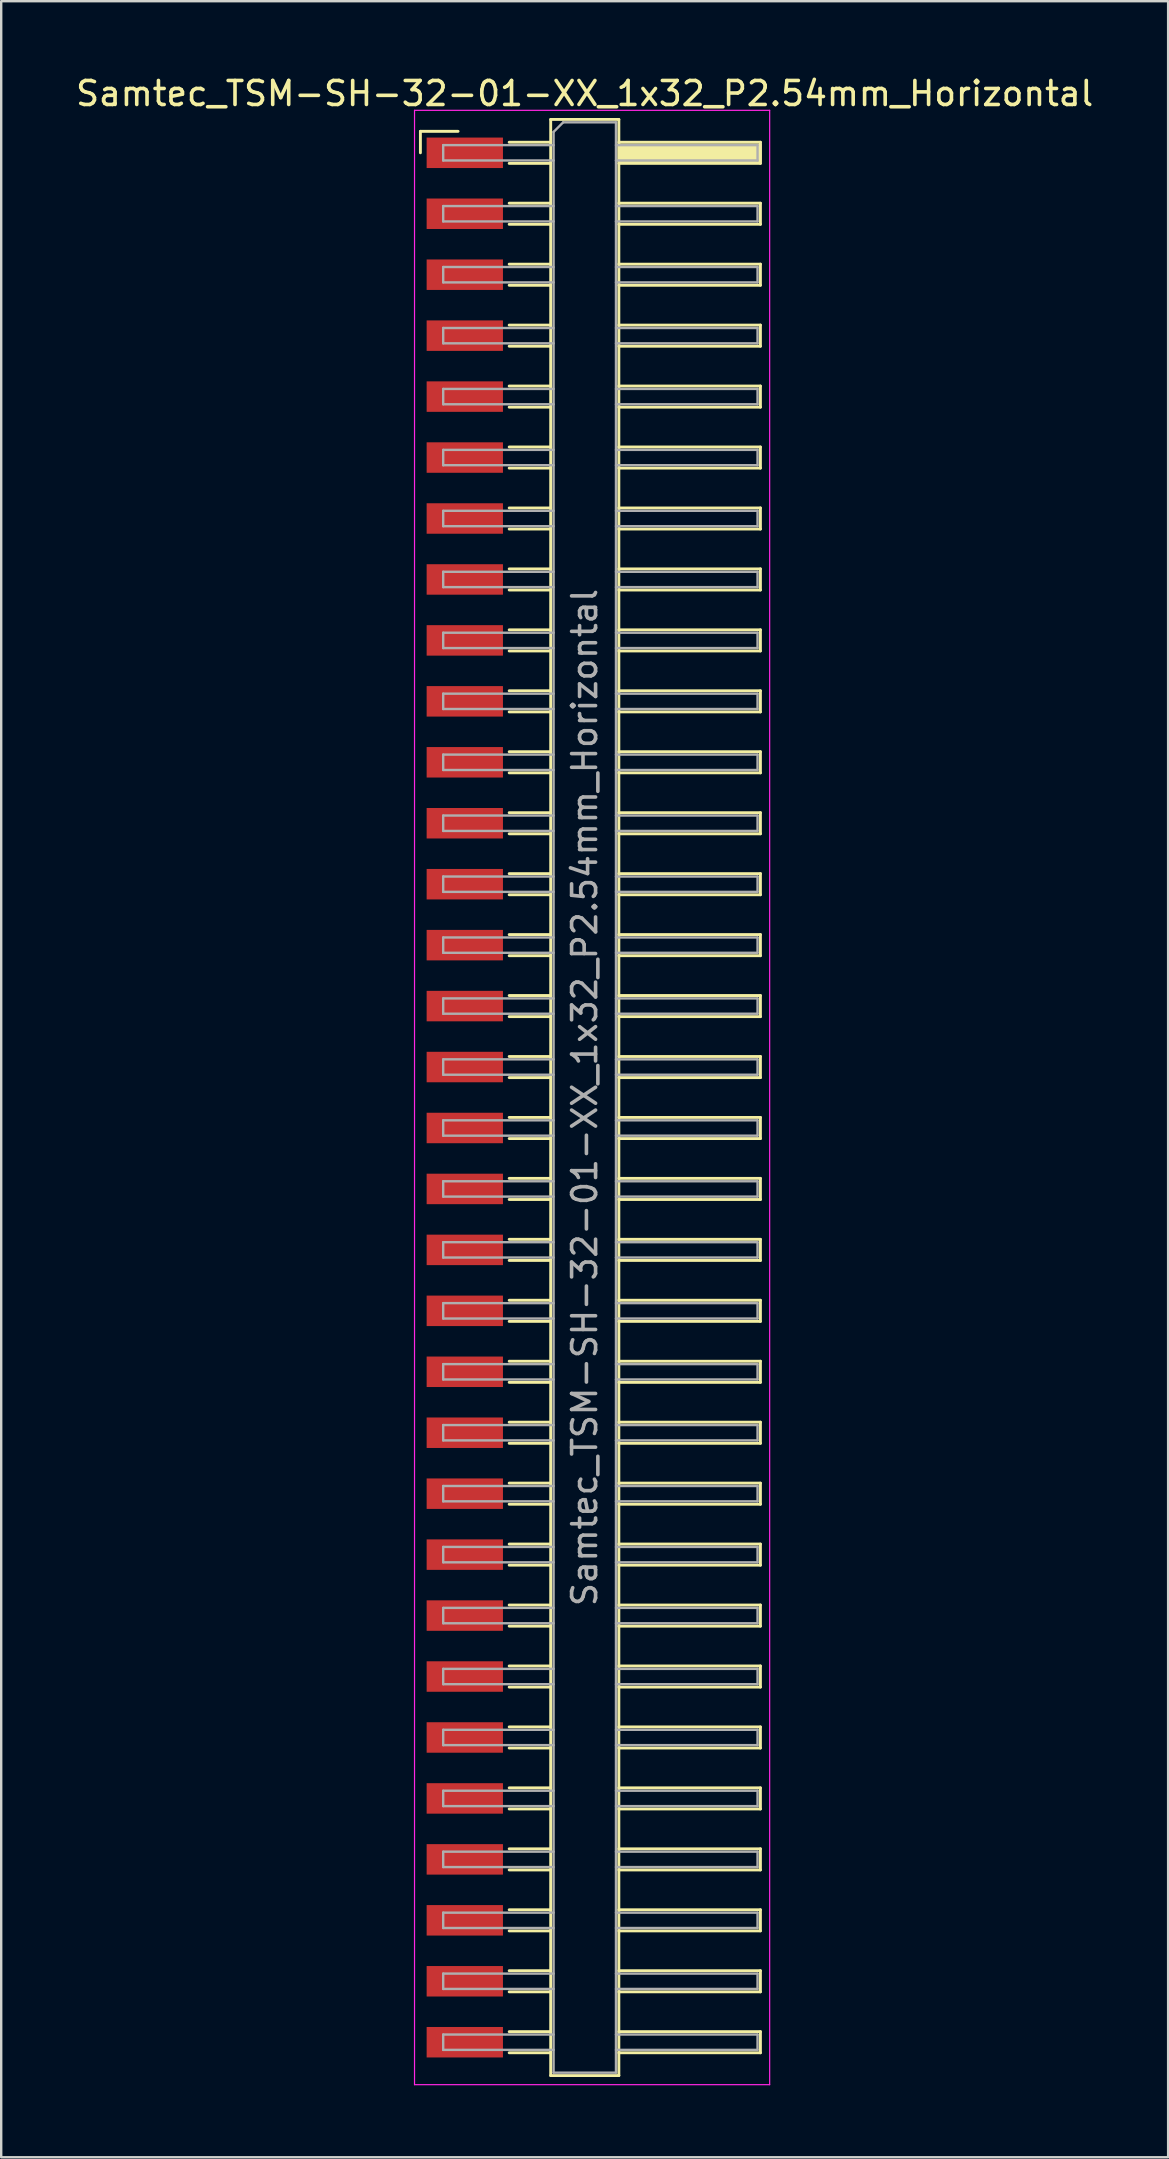
<source format=kicad_pcb>
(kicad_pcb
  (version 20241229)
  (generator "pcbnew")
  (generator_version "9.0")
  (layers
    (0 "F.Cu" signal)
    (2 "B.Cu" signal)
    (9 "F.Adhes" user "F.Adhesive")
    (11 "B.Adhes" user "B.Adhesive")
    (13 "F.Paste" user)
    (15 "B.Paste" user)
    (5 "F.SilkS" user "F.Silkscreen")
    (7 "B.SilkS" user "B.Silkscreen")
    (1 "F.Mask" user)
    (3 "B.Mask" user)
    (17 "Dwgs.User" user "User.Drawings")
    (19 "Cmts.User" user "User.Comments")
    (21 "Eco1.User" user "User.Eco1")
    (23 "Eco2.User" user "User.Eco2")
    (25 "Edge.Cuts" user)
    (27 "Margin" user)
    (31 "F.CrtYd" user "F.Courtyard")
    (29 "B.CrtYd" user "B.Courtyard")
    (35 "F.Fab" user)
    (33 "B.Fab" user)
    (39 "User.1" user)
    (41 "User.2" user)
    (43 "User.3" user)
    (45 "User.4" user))
  (footprint "Samtec_TSM-SH-32-01-XX_1x32_P2.54mm_Horizontal"
    (layer "F.Cu")
    (at 21.505 42.688)
    (property "Reference" "Samtec_TSM-SH-32-01-XX_1x32_P2.54mm_Horizontal" (at -0.19 -41.84 0) (layer "F.SilkS") (effects (font (size 1 1) (thickness 0.15))))
    (attr smd)
    (fp_line (start -7.035 -40.265) (end -5.465 -40.265) (stroke (width 0.12) (type solid)) (layer "F.SilkS"))
    (fp_line (start -7.035 -39.37) (end -7.035 -40.265) (stroke (width 0.12) (type solid)) (layer "F.SilkS"))
    (fp_line (start -3.335 -39.81) (end -1.605 -39.81) (stroke (width 0.12) (type solid)) (layer "F.SilkS"))
    (fp_line (start -3.335 -38.93) (end -1.605 -38.93) (stroke (width 0.12) (type solid)) (layer "F.SilkS"))
    (fp_line (start -3.335 -37.27) (end -1.605 -37.27) (stroke (width 0.12) (type solid)) (layer "F.SilkS"))
    (fp_line (start -3.335 -36.39) (end -1.605 -36.39) (stroke (width 0.12) (type solid)) (layer "F.SilkS"))
    (fp_line (start -3.335 -34.73) (end -1.605 -34.73) (stroke (width 0.12) (type solid)) (layer "F.SilkS"))
    (fp_line (start -3.335 -33.85) (end -1.605 -33.85) (stroke (width 0.12) (type solid)) (layer "F.SilkS"))
    (fp_line (start -3.335 -32.19) (end -1.605 -32.19) (stroke (width 0.12) (type solid)) (layer "F.SilkS"))
    (fp_line (start -3.335 -31.31) (end -1.605 -31.31) (stroke (width 0.12) (type solid)) (layer "F.SilkS"))
    (fp_line (start -3.335 -29.65) (end -1.605 -29.65) (stroke (width 0.12) (type solid)) (layer "F.SilkS"))
    (fp_line (start -3.335 -28.77) (end -1.605 -28.77) (stroke (width 0.12) (type solid)) (layer "F.SilkS"))
    (fp_line (start -3.335 -27.11) (end -1.605 -27.11) (stroke (width 0.12) (type solid)) (layer "F.SilkS"))
    (fp_line (start -3.335 -26.23) (end -1.605 -26.23) (stroke (width 0.12) (type solid)) (layer "F.SilkS"))
    (fp_line (start -3.335 -24.57) (end -1.605 -24.57) (stroke (width 0.12) (type solid)) (layer "F.SilkS"))
    (fp_line (start -3.335 -23.69) (end -1.605 -23.69) (stroke (width 0.12) (type solid)) (layer "F.SilkS"))
    (fp_line (start -3.335 -22.03) (end -1.605 -22.03) (stroke (width 0.12) (type solid)) (layer "F.SilkS"))
    (fp_line (start -3.335 -21.15) (end -1.605 -21.15) (stroke (width 0.12) (type solid)) (layer "F.SilkS"))
    (fp_line (start -3.335 -19.49) (end -1.605 -19.49) (stroke (width 0.12) (type solid)) (layer "F.SilkS"))
    (fp_line (start -3.335 -18.61) (end -1.605 -18.61) (stroke (width 0.12) (type solid)) (layer "F.SilkS"))
    (fp_line (start -3.335 -16.95) (end -1.605 -16.95) (stroke (width 0.12) (type solid)) (layer "F.SilkS"))
    (fp_line (start -3.335 -16.07) (end -1.605 -16.07) (stroke (width 0.12) (type solid)) (layer "F.SilkS"))
    (fp_line (start -3.335 -14.41) (end -1.605 -14.41) (stroke (width 0.12) (type solid)) (layer "F.SilkS"))
    (fp_line (start -3.335 -13.53) (end -1.605 -13.53) (stroke (width 0.12) (type solid)) (layer "F.SilkS"))
    (fp_line (start -3.335 -11.87) (end -1.605 -11.87) (stroke (width 0.12) (type solid)) (layer "F.SilkS"))
    (fp_line (start -3.335 -10.99) (end -1.605 -10.99) (stroke (width 0.12) (type solid)) (layer "F.SilkS"))
    (fp_line (start -3.335 -9.33) (end -1.605 -9.33) (stroke (width 0.12) (type solid)) (layer "F.SilkS"))
    (fp_line (start -3.335 -8.45) (end -1.605 -8.45) (stroke (width 0.12) (type solid)) (layer "F.SilkS"))
    (fp_line (start -3.335 -6.79) (end -1.605 -6.79) (stroke (width 0.12) (type solid)) (layer "F.SilkS"))
    (fp_line (start -3.335 -5.91) (end -1.605 -5.91) (stroke (width 0.12) (type solid)) (layer "F.SilkS"))
    (fp_line (start -3.335 -4.25) (end -1.605 -4.25) (stroke (width 0.12) (type solid)) (layer "F.SilkS"))
    (fp_line (start -3.335 -3.37) (end -1.605 -3.37) (stroke (width 0.12) (type solid)) (layer "F.SilkS"))
    (fp_line (start -3.335 -1.71) (end -1.605 -1.71) (stroke (width 0.12) (type solid)) (layer "F.SilkS"))
    (fp_line (start -3.335 -0.83) (end -1.605 -0.83) (stroke (width 0.12) (type solid)) (layer "F.SilkS"))
    (fp_line (start -3.335 0.83) (end -1.605 0.83) (stroke (width 0.12) (type solid)) (layer "F.SilkS"))
    (fp_line (start -3.335 1.71) (end -1.605 1.71) (stroke (width 0.12) (type solid)) (layer "F.SilkS"))
    (fp_line (start -3.335 3.37) (end -1.605 3.37) (stroke (width 0.12) (type solid)) (layer "F.SilkS"))
    (fp_line (start -3.335 4.25) (end -1.605 4.25) (stroke (width 0.12) (type solid)) (layer "F.SilkS"))
    (fp_line (start -3.335 5.91) (end -1.605 5.91) (stroke (width 0.12) (type solid)) (layer "F.SilkS"))
    (fp_line (start -3.335 6.79) (end -1.605 6.79) (stroke (width 0.12) (type solid)) (layer "F.SilkS"))
    (fp_line (start -3.335 8.45) (end -1.605 8.45) (stroke (width 0.12) (type solid)) (layer "F.SilkS"))
    (fp_line (start -3.335 9.33) (end -1.605 9.33) (stroke (width 0.12) (type solid)) (layer "F.SilkS"))
    (fp_line (start -3.335 10.99) (end -1.605 10.99) (stroke (width 0.12) (type solid)) (layer "F.SilkS"))
    (fp_line (start -3.335 11.87) (end -1.605 11.87) (stroke (width 0.12) (type solid)) (layer "F.SilkS"))
    (fp_line (start -3.335 13.53) (end -1.605 13.53) (stroke (width 0.12) (type solid)) (layer "F.SilkS"))
    (fp_line (start -3.335 14.41) (end -1.605 14.41) (stroke (width 0.12) (type solid)) (layer "F.SilkS"))
    (fp_line (start -3.335 16.07) (end -1.605 16.07) (stroke (width 0.12) (type solid)) (layer "F.SilkS"))
    (fp_line (start -3.335 16.95) (end -1.605 16.95) (stroke (width 0.12) (type solid)) (layer "F.SilkS"))
    (fp_line (start -3.335 18.61) (end -1.605 18.61) (stroke (width 0.12) (type solid)) (layer "F.SilkS"))
    (fp_line (start -3.335 19.49) (end -1.605 19.49) (stroke (width 0.12) (type solid)) (layer "F.SilkS"))
    (fp_line (start -3.335 21.15) (end -1.605 21.15) (stroke (width 0.12) (type solid)) (layer "F.SilkS"))
    (fp_line (start -3.335 22.03) (end -1.605 22.03) (stroke (width 0.12) (type solid)) (layer "F.SilkS"))
    (fp_line (start -3.335 23.69) (end -1.605 23.69) (stroke (width 0.12) (type solid)) (layer "F.SilkS"))
    (fp_line (start -3.335 24.57) (end -1.605 24.57) (stroke (width 0.12) (type solid)) (layer "F.SilkS"))
    (fp_line (start -3.335 26.23) (end -1.605 26.23) (stroke (width 0.12) (type solid)) (layer "F.SilkS"))
    (fp_line (start -3.335 27.11) (end -1.605 27.11) (stroke (width 0.12) (type solid)) (layer "F.SilkS"))
    (fp_line (start -3.335 28.77) (end -1.605 28.77) (stroke (width 0.12) (type solid)) (layer "F.SilkS"))
    (fp_line (start -3.335 29.65) (end -1.605 29.65) (stroke (width 0.12) (type solid)) (layer "F.SilkS"))
    (fp_line (start -3.335 31.31) (end -1.605 31.31) (stroke (width 0.12) (type solid)) (layer "F.SilkS"))
    (fp_line (start -3.335 32.19) (end -1.605 32.19) (stroke (width 0.12) (type solid)) (layer "F.SilkS"))
    (fp_line (start -3.335 33.85) (end -1.605 33.85) (stroke (width 0.12) (type solid)) (layer "F.SilkS"))
    (fp_line (start -3.335 34.73) (end -1.605 34.73) (stroke (width 0.12) (type solid)) (layer "F.SilkS"))
    (fp_line (start -3.335 36.39) (end -1.605 36.39) (stroke (width 0.12) (type solid)) (layer "F.SilkS"))
    (fp_line (start -3.335 37.27) (end -1.605 37.27) (stroke (width 0.12) (type solid)) (layer "F.SilkS"))
    (fp_line (start -3.335 38.93) (end -1.605 38.93) (stroke (width 0.12) (type solid)) (layer "F.SilkS"))
    (fp_line (start -3.335 39.81) (end -1.605 39.81) (stroke (width 0.12) (type solid)) (layer "F.SilkS"))
    (fp_line (start -1.605 -40.76) (end 1.235 -40.76) (stroke (width 0.12) (type solid)) (layer "F.SilkS"))
    (fp_line (start -1.605 40.76) (end -1.605 -40.76) (stroke (width 0.12) (type solid)) (layer "F.SilkS"))
    (fp_line (start 1.235 -40.76) (end 1.235 40.76) (stroke (width 0.12) (type solid)) (layer "F.SilkS"))
    (fp_line (start 1.235 -39.81) (end 7.135 -39.81) (stroke (width 0.12) (type solid)) (layer "F.SilkS"))
    (fp_line (start 1.235 -37.27) (end 7.135 -37.27) (stroke (width 0.12) (type solid)) (layer "F.SilkS"))
    (fp_line (start 1.235 -34.73) (end 7.135 -34.73) (stroke (width 0.12) (type solid)) (layer "F.SilkS"))
    (fp_line (start 1.235 -32.19) (end 7.135 -32.19) (stroke (width 0.12) (type solid)) (layer "F.SilkS"))
    (fp_line (start 1.235 -29.65) (end 7.135 -29.65) (stroke (width 0.12) (type solid)) (layer "F.SilkS"))
    (fp_line (start 1.235 -27.11) (end 7.135 -27.11) (stroke (width 0.12) (type solid)) (layer "F.SilkS"))
    (fp_line (start 1.235 -24.57) (end 7.135 -24.57) (stroke (width 0.12) (type solid)) (layer "F.SilkS"))
    (fp_line (start 1.235 -22.03) (end 7.135 -22.03) (stroke (width 0.12) (type solid)) (layer "F.SilkS"))
    (fp_line (start 1.235 -19.49) (end 7.135 -19.49) (stroke (width 0.12) (type solid)) (layer "F.SilkS"))
    (fp_line (start 1.235 -16.95) (end 7.135 -16.95) (stroke (width 0.12) (type solid)) (layer "F.SilkS"))
    (fp_line (start 1.235 -14.41) (end 7.135 -14.41) (stroke (width 0.12) (type solid)) (layer "F.SilkS"))
    (fp_line (start 1.235 -11.87) (end 7.135 -11.87) (stroke (width 0.12) (type solid)) (layer "F.SilkS"))
    (fp_line (start 1.235 -9.33) (end 7.135 -9.33) (stroke (width 0.12) (type solid)) (layer "F.SilkS"))
    (fp_line (start 1.235 -6.79) (end 7.135 -6.79) (stroke (width 0.12) (type solid)) (layer "F.SilkS"))
    (fp_line (start 1.235 -4.25) (end 7.135 -4.25) (stroke (width 0.12) (type solid)) (layer "F.SilkS"))
    (fp_line (start 1.235 -1.71) (end 7.135 -1.71) (stroke (width 0.12) (type solid)) (layer "F.SilkS"))
    (fp_line (start 1.235 0.83) (end 7.135 0.83) (stroke (width 0.12) (type solid)) (layer "F.SilkS"))
    (fp_line (start 1.235 3.37) (end 7.135 3.37) (stroke (width 0.12) (type solid)) (layer "F.SilkS"))
    (fp_line (start 1.235 5.91) (end 7.135 5.91) (stroke (width 0.12) (type solid)) (layer "F.SilkS"))
    (fp_line (start 1.235 8.45) (end 7.135 8.45) (stroke (width 0.12) (type solid)) (layer "F.SilkS"))
    (fp_line (start 1.235 10.99) (end 7.135 10.99) (stroke (width 0.12) (type solid)) (layer "F.SilkS"))
    (fp_line (start 1.235 13.53) (end 7.135 13.53) (stroke (width 0.12) (type solid)) (layer "F.SilkS"))
    (fp_line (start 1.235 16.07) (end 7.135 16.07) (stroke (width 0.12) (type solid)) (layer "F.SilkS"))
    (fp_line (start 1.235 18.61) (end 7.135 18.61) (stroke (width 0.12) (type solid)) (layer "F.SilkS"))
    (fp_line (start 1.235 21.15) (end 7.135 21.15) (stroke (width 0.12) (type solid)) (layer "F.SilkS"))
    (fp_line (start 1.235 23.69) (end 7.135 23.69) (stroke (width 0.12) (type solid)) (layer "F.SilkS"))
    (fp_line (start 1.235 26.23) (end 7.135 26.23) (stroke (width 0.12) (type solid)) (layer "F.SilkS"))
    (fp_line (start 1.235 28.77) (end 7.135 28.77) (stroke (width 0.12) (type solid)) (layer "F.SilkS"))
    (fp_line (start 1.235 31.31) (end 7.135 31.31) (stroke (width 0.12) (type solid)) (layer "F.SilkS"))
    (fp_line (start 1.235 33.85) (end 7.135 33.85) (stroke (width 0.12) (type solid)) (layer "F.SilkS"))
    (fp_line (start 1.235 36.39) (end 7.135 36.39) (stroke (width 0.12) (type solid)) (layer "F.SilkS"))
    (fp_line (start 1.235 38.93) (end 7.135 38.93) (stroke (width 0.12) (type solid)) (layer "F.SilkS"))
    (fp_line (start 1.235 40.76) (end -1.605 40.76) (stroke (width 0.12) (type solid)) (layer "F.SilkS"))
    (fp_line (start 7.135 -39.81) (end 7.135 -38.93) (stroke (width 0.12) (type solid)) (layer "F.SilkS"))
    (fp_line (start 7.135 -38.93) (end 1.235 -38.93) (stroke (width 0.12) (type solid)) (layer "F.SilkS"))
    (fp_line (start 7.135 -37.27) (end 7.135 -36.39) (stroke (width 0.12) (type solid)) (layer "F.SilkS"))
    (fp_line (start 7.135 -36.39) (end 1.235 -36.39) (stroke (width 0.12) (type solid)) (layer "F.SilkS"))
    (fp_line (start 7.135 -34.73) (end 7.135 -33.85) (stroke (width 0.12) (type solid)) (layer "F.SilkS"))
    (fp_line (start 7.135 -33.85) (end 1.235 -33.85) (stroke (width 0.12) (type solid)) (layer "F.SilkS"))
    (fp_line (start 7.135 -32.19) (end 7.135 -31.31) (stroke (width 0.12) (type solid)) (layer "F.SilkS"))
    (fp_line (start 7.135 -31.31) (end 1.235 -31.31) (stroke (width 0.12) (type solid)) (layer "F.SilkS"))
    (fp_line (start 7.135 -29.65) (end 7.135 -28.77) (stroke (width 0.12) (type solid)) (layer "F.SilkS"))
    (fp_line (start 7.135 -28.77) (end 1.235 -28.77) (stroke (width 0.12) (type solid)) (layer "F.SilkS"))
    (fp_line (start 7.135 -27.11) (end 7.135 -26.23) (stroke (width 0.12) (type solid)) (layer "F.SilkS"))
    (fp_line (start 7.135 -26.23) (end 1.235 -26.23) (stroke (width 0.12) (type solid)) (layer "F.SilkS"))
    (fp_line (start 7.135 -24.57) (end 7.135 -23.69) (stroke (width 0.12) (type solid)) (layer "F.SilkS"))
    (fp_line (start 7.135 -23.69) (end 1.235 -23.69) (stroke (width 0.12) (type solid)) (layer "F.SilkS"))
    (fp_line (start 7.135 -22.03) (end 7.135 -21.15) (stroke (width 0.12) (type solid)) (layer "F.SilkS"))
    (fp_line (start 7.135 -21.15) (end 1.235 -21.15) (stroke (width 0.12) (type solid)) (layer "F.SilkS"))
    (fp_line (start 7.135 -19.49) (end 7.135 -18.61) (stroke (width 0.12) (type solid)) (layer "F.SilkS"))
    (fp_line (start 7.135 -18.61) (end 1.235 -18.61) (stroke (width 0.12) (type solid)) (layer "F.SilkS"))
    (fp_line (start 7.135 -16.95) (end 7.135 -16.07) (stroke (width 0.12) (type solid)) (layer "F.SilkS"))
    (fp_line (start 7.135 -16.07) (end 1.235 -16.07) (stroke (width 0.12) (type solid)) (layer "F.SilkS"))
    (fp_line (start 7.135 -14.41) (end 7.135 -13.53) (stroke (width 0.12) (type solid)) (layer "F.SilkS"))
    (fp_line (start 7.135 -13.53) (end 1.235 -13.53) (stroke (width 0.12) (type solid)) (layer "F.SilkS"))
    (fp_line (start 7.135 -11.87) (end 7.135 -10.99) (stroke (width 0.12) (type solid)) (layer "F.SilkS"))
    (fp_line (start 7.135 -10.99) (end 1.235 -10.99) (stroke (width 0.12) (type solid)) (layer "F.SilkS"))
    (fp_line (start 7.135 -9.33) (end 7.135 -8.45) (stroke (width 0.12) (type solid)) (layer "F.SilkS"))
    (fp_line (start 7.135 -8.45) (end 1.235 -8.45) (stroke (width 0.12) (type solid)) (layer "F.SilkS"))
    (fp_line (start 7.135 -6.79) (end 7.135 -5.91) (stroke (width 0.12) (type solid)) (layer "F.SilkS"))
    (fp_line (start 7.135 -5.91) (end 1.235 -5.91) (stroke (width 0.12) (type solid)) (layer "F.SilkS"))
    (fp_line (start 7.135 -4.25) (end 7.135 -3.37) (stroke (width 0.12) (type solid)) (layer "F.SilkS"))
    (fp_line (start 7.135 -3.37) (end 1.235 -3.37) (stroke (width 0.12) (type solid)) (layer "F.SilkS"))
    (fp_line (start 7.135 -1.71) (end 7.135 -0.83) (stroke (width 0.12) (type solid)) (layer "F.SilkS"))
    (fp_line (start 7.135 -0.83) (end 1.235 -0.83) (stroke (width 0.12) (type solid)) (layer "F.SilkS"))
    (fp_line (start 7.135 0.83) (end 7.135 1.71) (stroke (width 0.12) (type solid)) (layer "F.SilkS"))
    (fp_line (start 7.135 1.71) (end 1.235 1.71) (stroke (width 0.12) (type solid)) (layer "F.SilkS"))
    (fp_line (start 7.135 3.37) (end 7.135 4.25) (stroke (width 0.12) (type solid)) (layer "F.SilkS"))
    (fp_line (start 7.135 4.25) (end 1.235 4.25) (stroke (width 0.12) (type solid)) (layer "F.SilkS"))
    (fp_line (start 7.135 5.91) (end 7.135 6.79) (stroke (width 0.12) (type solid)) (layer "F.SilkS"))
    (fp_line (start 7.135 6.79) (end 1.235 6.79) (stroke (width 0.12) (type solid)) (layer "F.SilkS"))
    (fp_line (start 7.135 8.45) (end 7.135 9.33) (stroke (width 0.12) (type solid)) (layer "F.SilkS"))
    (fp_line (start 7.135 9.33) (end 1.235 9.33) (stroke (width 0.12) (type solid)) (layer "F.SilkS"))
    (fp_line (start 7.135 10.99) (end 7.135 11.87) (stroke (width 0.12) (type solid)) (layer "F.SilkS"))
    (fp_line (start 7.135 11.87) (end 1.235 11.87) (stroke (width 0.12) (type solid)) (layer "F.SilkS"))
    (fp_line (start 7.135 13.53) (end 7.135 14.41) (stroke (width 0.12) (type solid)) (layer "F.SilkS"))
    (fp_line (start 7.135 14.41) (end 1.235 14.41) (stroke (width 0.12) (type solid)) (layer "F.SilkS"))
    (fp_line (start 7.135 16.07) (end 7.135 16.95) (stroke (width 0.12) (type solid)) (layer "F.SilkS"))
    (fp_line (start 7.135 16.95) (end 1.235 16.95) (stroke (width 0.12) (type solid)) (layer "F.SilkS"))
    (fp_line (start 7.135 18.61) (end 7.135 19.49) (stroke (width 0.12) (type solid)) (layer "F.SilkS"))
    (fp_line (start 7.135 19.49) (end 1.235 19.49) (stroke (width 0.12) (type solid)) (layer "F.SilkS"))
    (fp_line (start 7.135 21.15) (end 7.135 22.03) (stroke (width 0.12) (type solid)) (layer "F.SilkS"))
    (fp_line (start 7.135 22.03) (end 1.235 22.03) (stroke (width 0.12) (type solid)) (layer "F.SilkS"))
    (fp_line (start 7.135 23.69) (end 7.135 24.57) (stroke (width 0.12) (type solid)) (layer "F.SilkS"))
    (fp_line (start 7.135 24.57) (end 1.235 24.57) (stroke (width 0.12) (type solid)) (layer "F.SilkS"))
    (fp_line (start 7.135 26.23) (end 7.135 27.11) (stroke (width 0.12) (type solid)) (layer "F.SilkS"))
    (fp_line (start 7.135 27.11) (end 1.235 27.11) (stroke (width 0.12) (type solid)) (layer "F.SilkS"))
    (fp_line (start 7.135 28.77) (end 7.135 29.65) (stroke (width 0.12) (type solid)) (layer "F.SilkS"))
    (fp_line (start 7.135 29.65) (end 1.235 29.65) (stroke (width 0.12) (type solid)) (layer "F.SilkS"))
    (fp_line (start 7.135 31.31) (end 7.135 32.19) (stroke (width 0.12) (type solid)) (layer "F.SilkS"))
    (fp_line (start 7.135 32.19) (end 1.235 32.19) (stroke (width 0.12) (type solid)) (layer "F.SilkS"))
    (fp_line (start 7.135 33.85) (end 7.135 34.73) (stroke (width 0.12) (type solid)) (layer "F.SilkS"))
    (fp_line (start 7.135 34.73) (end 1.235 34.73) (stroke (width 0.12) (type solid)) (layer "F.SilkS"))
    (fp_line (start 7.135 36.39) (end 7.135 37.27) (stroke (width 0.12) (type solid)) (layer "F.SilkS"))
    (fp_line (start 7.135 37.27) (end 1.235 37.27) (stroke (width 0.12) (type solid)) (layer "F.SilkS"))
    (fp_line (start 7.135 38.93) (end 7.135 39.81) (stroke (width 0.12) (type solid)) (layer "F.SilkS"))
    (fp_line (start 7.135 39.81) (end 1.235 39.81) (stroke (width 0.12) (type solid)) (layer "F.SilkS"))
    (fp_line (start -7.28 -41.14) (end 7.52 -41.14) (stroke (width 0.05) (type solid)) (layer "F.CrtYd"))
    (fp_line (start -7.28 41.14) (end -7.28 -41.14) (stroke (width 0.05) (type solid)) (layer "F.CrtYd"))
    (fp_line (start 7.52 -41.14) (end 7.52 41.14) (stroke (width 0.05) (type solid)) (layer "F.CrtYd"))
    (fp_line (start 7.52 41.14) (end -7.28 41.14) (stroke (width 0.05) (type solid)) (layer "F.CrtYd"))
    (fp_line (start -6.085 -39.69) (end -6.085 -39.05) (stroke (width 0.1) (type solid)) (layer "F.Fab"))
    (fp_line (start -6.085 -39.05) (end -1.485 -39.05) (stroke (width 0.1) (type solid)) (layer "F.Fab"))
    (fp_line (start -6.085 -37.15) (end -6.085 -36.51) (stroke (width 0.1) (type solid)) (layer "F.Fab"))
    (fp_line (start -6.085 -36.51) (end -1.485 -36.51) (stroke (width 0.1) (type solid)) (layer "F.Fab"))
    (fp_line (start -6.085 -34.61) (end -6.085 -33.97) (stroke (width 0.1) (type solid)) (layer "F.Fab"))
    (fp_line (start -6.085 -33.97) (end -1.485 -33.97) (stroke (width 0.1) (type solid)) (layer "F.Fab"))
    (fp_line (start -6.085 -32.07) (end -6.085 -31.43) (stroke (width 0.1) (type solid)) (layer "F.Fab"))
    (fp_line (start -6.085 -31.43) (end -1.485 -31.43) (stroke (width 0.1) (type solid)) (layer "F.Fab"))
    (fp_line (start -6.085 -29.53) (end -6.085 -28.89) (stroke (width 0.1) (type solid)) (layer "F.Fab"))
    (fp_line (start -6.085 -28.89) (end -1.485 -28.89) (stroke (width 0.1) (type solid)) (layer "F.Fab"))
    (fp_line (start -6.085 -26.99) (end -6.085 -26.35) (stroke (width 0.1) (type solid)) (layer "F.Fab"))
    (fp_line (start -6.085 -26.35) (end -1.485 -26.35) (stroke (width 0.1) (type solid)) (layer "F.Fab"))
    (fp_line (start -6.085 -24.45) (end -6.085 -23.81) (stroke (width 0.1) (type solid)) (layer "F.Fab"))
    (fp_line (start -6.085 -23.81) (end -1.485 -23.81) (stroke (width 0.1) (type solid)) (layer "F.Fab"))
    (fp_line (start -6.085 -21.91) (end -6.085 -21.27) (stroke (width 0.1) (type solid)) (layer "F.Fab"))
    (fp_line (start -6.085 -21.27) (end -1.485 -21.27) (stroke (width 0.1) (type solid)) (layer "F.Fab"))
    (fp_line (start -6.085 -19.37) (end -6.085 -18.73) (stroke (width 0.1) (type solid)) (layer "F.Fab"))
    (fp_line (start -6.085 -18.73) (end -1.485 -18.73) (stroke (width 0.1) (type solid)) (layer "F.Fab"))
    (fp_line (start -6.085 -16.83) (end -6.085 -16.19) (stroke (width 0.1) (type solid)) (layer "F.Fab"))
    (fp_line (start -6.085 -16.19) (end -1.485 -16.19) (stroke (width 0.1) (type solid)) (layer "F.Fab"))
    (fp_line (start -6.085 -14.29) (end -6.085 -13.65) (stroke (width 0.1) (type solid)) (layer "F.Fab"))
    (fp_line (start -6.085 -13.65) (end -1.485 -13.65) (stroke (width 0.1) (type solid)) (layer "F.Fab"))
    (fp_line (start -6.085 -11.75) (end -6.085 -11.11) (stroke (width 0.1) (type solid)) (layer "F.Fab"))
    (fp_line (start -6.085 -11.11) (end -1.485 -11.11) (stroke (width 0.1) (type solid)) (layer "F.Fab"))
    (fp_line (start -6.085 -9.21) (end -6.085 -8.57) (stroke (width 0.1) (type solid)) (layer "F.Fab"))
    (fp_line (start -6.085 -8.57) (end -1.485 -8.57) (stroke (width 0.1) (type solid)) (layer "F.Fab"))
    (fp_line (start -6.085 -6.67) (end -6.085 -6.03) (stroke (width 0.1) (type solid)) (layer "F.Fab"))
    (fp_line (start -6.085 -6.03) (end -1.485 -6.03) (stroke (width 0.1) (type solid)) (layer "F.Fab"))
    (fp_line (start -6.085 -4.13) (end -6.085 -3.49) (stroke (width 0.1) (type solid)) (layer "F.Fab"))
    (fp_line (start -6.085 -3.49) (end -1.485 -3.49) (stroke (width 0.1) (type solid)) (layer "F.Fab"))
    (fp_line (start -6.085 -1.59) (end -6.085 -0.95) (stroke (width 0.1) (type solid)) (layer "F.Fab"))
    (fp_line (start -6.085 -0.95) (end -1.485 -0.95) (stroke (width 0.1) (type solid)) (layer "F.Fab"))
    (fp_line (start -6.085 0.95) (end -6.085 1.59) (stroke (width 0.1) (type solid)) (layer "F.Fab"))
    (fp_line (start -6.085 1.59) (end -1.485 1.59) (stroke (width 0.1) (type solid)) (layer "F.Fab"))
    (fp_line (start -6.085 3.49) (end -6.085 4.13) (stroke (width 0.1) (type solid)) (layer "F.Fab"))
    (fp_line (start -6.085 4.13) (end -1.485 4.13) (stroke (width 0.1) (type solid)) (layer "F.Fab"))
    (fp_line (start -6.085 6.03) (end -6.085 6.67) (stroke (width 0.1) (type solid)) (layer "F.Fab"))
    (fp_line (start -6.085 6.67) (end -1.485 6.67) (stroke (width 0.1) (type solid)) (layer "F.Fab"))
    (fp_line (start -6.085 8.57) (end -6.085 9.21) (stroke (width 0.1) (type solid)) (layer "F.Fab"))
    (fp_line (start -6.085 9.21) (end -1.485 9.21) (stroke (width 0.1) (type solid)) (layer "F.Fab"))
    (fp_line (start -6.085 11.11) (end -6.085 11.75) (stroke (width 0.1) (type solid)) (layer "F.Fab"))
    (fp_line (start -6.085 11.75) (end -1.485 11.75) (stroke (width 0.1) (type solid)) (layer "F.Fab"))
    (fp_line (start -6.085 13.65) (end -6.085 14.29) (stroke (width 0.1) (type solid)) (layer "F.Fab"))
    (fp_line (start -6.085 14.29) (end -1.485 14.29) (stroke (width 0.1) (type solid)) (layer "F.Fab"))
    (fp_line (start -6.085 16.19) (end -6.085 16.83) (stroke (width 0.1) (type solid)) (layer "F.Fab"))
    (fp_line (start -6.085 16.83) (end -1.485 16.83) (stroke (width 0.1) (type solid)) (layer "F.Fab"))
    (fp_line (start -6.085 18.73) (end -6.085 19.37) (stroke (width 0.1) (type solid)) (layer "F.Fab"))
    (fp_line (start -6.085 19.37) (end -1.485 19.37) (stroke (width 0.1) (type solid)) (layer "F.Fab"))
    (fp_line (start -6.085 21.27) (end -6.085 21.91) (stroke (width 0.1) (type solid)) (layer "F.Fab"))
    (fp_line (start -6.085 21.91) (end -1.485 21.91) (stroke (width 0.1) (type solid)) (layer "F.Fab"))
    (fp_line (start -6.085 23.81) (end -6.085 24.45) (stroke (width 0.1) (type solid)) (layer "F.Fab"))
    (fp_line (start -6.085 24.45) (end -1.485 24.45) (stroke (width 0.1) (type solid)) (layer "F.Fab"))
    (fp_line (start -6.085 26.35) (end -6.085 26.99) (stroke (width 0.1) (type solid)) (layer "F.Fab"))
    (fp_line (start -6.085 26.99) (end -1.485 26.99) (stroke (width 0.1) (type solid)) (layer "F.Fab"))
    (fp_line (start -6.085 28.89) (end -6.085 29.53) (stroke (width 0.1) (type solid)) (layer "F.Fab"))
    (fp_line (start -6.085 29.53) (end -1.485 29.53) (stroke (width 0.1) (type solid)) (layer "F.Fab"))
    (fp_line (start -6.085 31.43) (end -6.085 32.07) (stroke (width 0.1) (type solid)) (layer "F.Fab"))
    (fp_line (start -6.085 32.07) (end -1.485 32.07) (stroke (width 0.1) (type solid)) (layer "F.Fab"))
    (fp_line (start -6.085 33.97) (end -6.085 34.61) (stroke (width 0.1) (type solid)) (layer "F.Fab"))
    (fp_line (start -6.085 34.61) (end -1.485 34.61) (stroke (width 0.1) (type solid)) (layer "F.Fab"))
    (fp_line (start -6.085 36.51) (end -6.085 37.15) (stroke (width 0.1) (type solid)) (layer "F.Fab"))
    (fp_line (start -6.085 37.15) (end -1.485 37.15) (stroke (width 0.1) (type solid)) (layer "F.Fab"))
    (fp_line (start -6.085 39.05) (end -6.085 39.69) (stroke (width 0.1) (type solid)) (layer "F.Fab"))
    (fp_line (start -6.085 39.69) (end -1.485 39.69) (stroke (width 0.1) (type solid)) (layer "F.Fab"))
    (fp_line (start -1.485 -40.24) (end -1.085 -40.64) (stroke (width 0.1) (type solid)) (layer "F.Fab"))
    (fp_line (start -1.485 -39.69) (end -6.085 -39.69) (stroke (width 0.1) (type solid)) (layer "F.Fab"))
    (fp_line (start -1.485 -37.15) (end -6.085 -37.15) (stroke (width 0.1) (type solid)) (layer "F.Fab"))
    (fp_line (start -1.485 -34.61) (end -6.085 -34.61) (stroke (width 0.1) (type solid)) (layer "F.Fab"))
    (fp_line (start -1.485 -32.07) (end -6.085 -32.07) (stroke (width 0.1) (type solid)) (layer "F.Fab"))
    (fp_line (start -1.485 -29.53) (end -6.085 -29.53) (stroke (width 0.1) (type solid)) (layer "F.Fab"))
    (fp_line (start -1.485 -26.99) (end -6.085 -26.99) (stroke (width 0.1) (type solid)) (layer "F.Fab"))
    (fp_line (start -1.485 -24.45) (end -6.085 -24.45) (stroke (width 0.1) (type solid)) (layer "F.Fab"))
    (fp_line (start -1.485 -21.91) (end -6.085 -21.91) (stroke (width 0.1) (type solid)) (layer "F.Fab"))
    (fp_line (start -1.485 -19.37) (end -6.085 -19.37) (stroke (width 0.1) (type solid)) (layer "F.Fab"))
    (fp_line (start -1.485 -16.83) (end -6.085 -16.83) (stroke (width 0.1) (type solid)) (layer "F.Fab"))
    (fp_line (start -1.485 -14.29) (end -6.085 -14.29) (stroke (width 0.1) (type solid)) (layer "F.Fab"))
    (fp_line (start -1.485 -11.75) (end -6.085 -11.75) (stroke (width 0.1) (type solid)) (layer "F.Fab"))
    (fp_line (start -1.485 -9.21) (end -6.085 -9.21) (stroke (width 0.1) (type solid)) (layer "F.Fab"))
    (fp_line (start -1.485 -6.67) (end -6.085 -6.67) (stroke (width 0.1) (type solid)) (layer "F.Fab"))
    (fp_line (start -1.485 -4.13) (end -6.085 -4.13) (stroke (width 0.1) (type solid)) (layer "F.Fab"))
    (fp_line (start -1.485 -1.59) (end -6.085 -1.59) (stroke (width 0.1) (type solid)) (layer "F.Fab"))
    (fp_line (start -1.485 0.95) (end -6.085 0.95) (stroke (width 0.1) (type solid)) (layer "F.Fab"))
    (fp_line (start -1.485 3.49) (end -6.085 3.49) (stroke (width 0.1) (type solid)) (layer "F.Fab"))
    (fp_line (start -1.485 6.03) (end -6.085 6.03) (stroke (width 0.1) (type solid)) (layer "F.Fab"))
    (fp_line (start -1.485 8.57) (end -6.085 8.57) (stroke (width 0.1) (type solid)) (layer "F.Fab"))
    (fp_line (start -1.485 11.11) (end -6.085 11.11) (stroke (width 0.1) (type solid)) (layer "F.Fab"))
    (fp_line (start -1.485 13.65) (end -6.085 13.65) (stroke (width 0.1) (type solid)) (layer "F.Fab"))
    (fp_line (start -1.485 16.19) (end -6.085 16.19) (stroke (width 0.1) (type solid)) (layer "F.Fab"))
    (fp_line (start -1.485 18.73) (end -6.085 18.73) (stroke (width 0.1) (type solid)) (layer "F.Fab"))
    (fp_line (start -1.485 21.27) (end -6.085 21.27) (stroke (width 0.1) (type solid)) (layer "F.Fab"))
    (fp_line (start -1.485 23.81) (end -6.085 23.81) (stroke (width 0.1) (type solid)) (layer "F.Fab"))
    (fp_line (start -1.485 26.35) (end -6.085 26.35) (stroke (width 0.1) (type solid)) (layer "F.Fab"))
    (fp_line (start -1.485 28.89) (end -6.085 28.89) (stroke (width 0.1) (type solid)) (layer "F.Fab"))
    (fp_line (start -1.485 31.43) (end -6.085 31.43) (stroke (width 0.1) (type solid)) (layer "F.Fab"))
    (fp_line (start -1.485 33.97) (end -6.085 33.97) (stroke (width 0.1) (type solid)) (layer "F.Fab"))
    (fp_line (start -1.485 36.51) (end -6.085 36.51) (stroke (width 0.1) (type solid)) (layer "F.Fab"))
    (fp_line (start -1.485 39.05) (end -6.085 39.05) (stroke (width 0.1) (type solid)) (layer "F.Fab"))
    (fp_line (start -1.485 40.64) (end -1.485 -40.24) (stroke (width 0.1) (type solid)) (layer "F.Fab"))
    (fp_line (start -1.085 -40.64) (end 1.115 -40.64) (stroke (width 0.1) (type solid)) (layer "F.Fab"))
    (fp_line (start 1.115 -40.64) (end 1.115 40.64) (stroke (width 0.1) (type solid)) (layer "F.Fab"))
    (fp_line (start 1.115 -39.69) (end 7.015 -39.69) (stroke (width 0.1) (type solid)) (layer "F.Fab"))
    (fp_line (start 1.115 -37.15) (end 7.015 -37.15) (stroke (width 0.1) (type solid)) (layer "F.Fab"))
    (fp_line (start 1.115 -34.61) (end 7.015 -34.61) (stroke (width 0.1) (type solid)) (layer "F.Fab"))
    (fp_line (start 1.115 -32.07) (end 7.015 -32.07) (stroke (width 0.1) (type solid)) (layer "F.Fab"))
    (fp_line (start 1.115 -29.53) (end 7.015 -29.53) (stroke (width 0.1) (type solid)) (layer "F.Fab"))
    (fp_line (start 1.115 -26.99) (end 7.015 -26.99) (stroke (width 0.1) (type solid)) (layer "F.Fab"))
    (fp_line (start 1.115 -24.45) (end 7.015 -24.45) (stroke (width 0.1) (type solid)) (layer "F.Fab"))
    (fp_line (start 1.115 -21.91) (end 7.015 -21.91) (stroke (width 0.1) (type solid)) (layer "F.Fab"))
    (fp_line (start 1.115 -19.37) (end 7.015 -19.37) (stroke (width 0.1) (type solid)) (layer "F.Fab"))
    (fp_line (start 1.115 -16.83) (end 7.015 -16.83) (stroke (width 0.1) (type solid)) (layer "F.Fab"))
    (fp_line (start 1.115 -14.29) (end 7.015 -14.29) (stroke (width 0.1) (type solid)) (layer "F.Fab"))
    (fp_line (start 1.115 -11.75) (end 7.015 -11.75) (stroke (width 0.1) (type solid)) (layer "F.Fab"))
    (fp_line (start 1.115 -9.21) (end 7.015 -9.21) (stroke (width 0.1) (type solid)) (layer "F.Fab"))
    (fp_line (start 1.115 -6.67) (end 7.015 -6.67) (stroke (width 0.1) (type solid)) (layer "F.Fab"))
    (fp_line (start 1.115 -4.13) (end 7.015 -4.13) (stroke (width 0.1) (type solid)) (layer "F.Fab"))
    (fp_line (start 1.115 -1.59) (end 7.015 -1.59) (stroke (width 0.1) (type solid)) (layer "F.Fab"))
    (fp_line (start 1.115 0.95) (end 7.015 0.95) (stroke (width 0.1) (type solid)) (layer "F.Fab"))
    (fp_line (start 1.115 3.49) (end 7.015 3.49) (stroke (width 0.1) (type solid)) (layer "F.Fab"))
    (fp_line (start 1.115 6.03) (end 7.015 6.03) (stroke (width 0.1) (type solid)) (layer "F.Fab"))
    (fp_line (start 1.115 8.57) (end 7.015 8.57) (stroke (width 0.1) (type solid)) (layer "F.Fab"))
    (fp_line (start 1.115 11.11) (end 7.015 11.11) (stroke (width 0.1) (type solid)) (layer "F.Fab"))
    (fp_line (start 1.115 13.65) (end 7.015 13.65) (stroke (width 0.1) (type solid)) (layer "F.Fab"))
    (fp_line (start 1.115 16.19) (end 7.015 16.19) (stroke (width 0.1) (type solid)) (layer "F.Fab"))
    (fp_line (start 1.115 18.73) (end 7.015 18.73) (stroke (width 0.1) (type solid)) (layer "F.Fab"))
    (fp_line (start 1.115 21.27) (end 7.015 21.27) (stroke (width 0.1) (type solid)) (layer "F.Fab"))
    (fp_line (start 1.115 23.81) (end 7.015 23.81) (stroke (width 0.1) (type solid)) (layer "F.Fab"))
    (fp_line (start 1.115 26.35) (end 7.015 26.35) (stroke (width 0.1) (type solid)) (layer "F.Fab"))
    (fp_line (start 1.115 28.89) (end 7.015 28.89) (stroke (width 0.1) (type solid)) (layer "F.Fab"))
    (fp_line (start 1.115 31.43) (end 7.015 31.43) (stroke (width 0.1) (type solid)) (layer "F.Fab"))
    (fp_line (start 1.115 33.97) (end 7.015 33.97) (stroke (width 0.1) (type solid)) (layer "F.Fab"))
    (fp_line (start 1.115 36.51) (end 7.015 36.51) (stroke (width 0.1) (type solid)) (layer "F.Fab"))
    (fp_line (start 1.115 39.05) (end 7.015 39.05) (stroke (width 0.1) (type solid)) (layer "F.Fab"))
    (fp_line (start 1.115 40.64) (end -1.485 40.64) (stroke (width 0.1) (type solid)) (layer "F.Fab"))
    (fp_line (start 7.015 -39.69) (end 7.015 -39.05) (stroke (width 0.1) (type solid)) (layer "F.Fab"))
    (fp_line (start 7.015 -39.05) (end 1.115 -39.05) (stroke (width 0.1) (type solid)) (layer "F.Fab"))
    (fp_line (start 7.015 -37.15) (end 7.015 -36.51) (stroke (width 0.1) (type solid)) (layer "F.Fab"))
    (fp_line (start 7.015 -36.51) (end 1.115 -36.51) (stroke (width 0.1) (type solid)) (layer "F.Fab"))
    (fp_line (start 7.015 -34.61) (end 7.015 -33.97) (stroke (width 0.1) (type solid)) (layer "F.Fab"))
    (fp_line (start 7.015 -33.97) (end 1.115 -33.97) (stroke (width 0.1) (type solid)) (layer "F.Fab"))
    (fp_line (start 7.015 -32.07) (end 7.015 -31.43) (stroke (width 0.1) (type solid)) (layer "F.Fab"))
    (fp_line (start 7.015 -31.43) (end 1.115 -31.43) (stroke (width 0.1) (type solid)) (layer "F.Fab"))
    (fp_line (start 7.015 -29.53) (end 7.015 -28.89) (stroke (width 0.1) (type solid)) (layer "F.Fab"))
    (fp_line (start 7.015 -28.89) (end 1.115 -28.89) (stroke (width 0.1) (type solid)) (layer "F.Fab"))
    (fp_line (start 7.015 -26.99) (end 7.015 -26.35) (stroke (width 0.1) (type solid)) (layer "F.Fab"))
    (fp_line (start 7.015 -26.35) (end 1.115 -26.35) (stroke (width 0.1) (type solid)) (layer "F.Fab"))
    (fp_line (start 7.015 -24.45) (end 7.015 -23.81) (stroke (width 0.1) (type solid)) (layer "F.Fab"))
    (fp_line (start 7.015 -23.81) (end 1.115 -23.81) (stroke (width 0.1) (type solid)) (layer "F.Fab"))
    (fp_line (start 7.015 -21.91) (end 7.015 -21.27) (stroke (width 0.1) (type solid)) (layer "F.Fab"))
    (fp_line (start 7.015 -21.27) (end 1.115 -21.27) (stroke (width 0.1) (type solid)) (layer "F.Fab"))
    (fp_line (start 7.015 -19.37) (end 7.015 -18.73) (stroke (width 0.1) (type solid)) (layer "F.Fab"))
    (fp_line (start 7.015 -18.73) (end 1.115 -18.73) (stroke (width 0.1) (type solid)) (layer "F.Fab"))
    (fp_line (start 7.015 -16.83) (end 7.015 -16.19) (stroke (width 0.1) (type solid)) (layer "F.Fab"))
    (fp_line (start 7.015 -16.19) (end 1.115 -16.19) (stroke (width 0.1) (type solid)) (layer "F.Fab"))
    (fp_line (start 7.015 -14.29) (end 7.015 -13.65) (stroke (width 0.1) (type solid)) (layer "F.Fab"))
    (fp_line (start 7.015 -13.65) (end 1.115 -13.65) (stroke (width 0.1) (type solid)) (layer "F.Fab"))
    (fp_line (start 7.015 -11.75) (end 7.015 -11.11) (stroke (width 0.1) (type solid)) (layer "F.Fab"))
    (fp_line (start 7.015 -11.11) (end 1.115 -11.11) (stroke (width 0.1) (type solid)) (layer "F.Fab"))
    (fp_line (start 7.015 -9.21) (end 7.015 -8.57) (stroke (width 0.1) (type solid)) (layer "F.Fab"))
    (fp_line (start 7.015 -8.57) (end 1.115 -8.57) (stroke (width 0.1) (type solid)) (layer "F.Fab"))
    (fp_line (start 7.015 -6.67) (end 7.015 -6.03) (stroke (width 0.1) (type solid)) (layer "F.Fab"))
    (fp_line (start 7.015 -6.03) (end 1.115 -6.03) (stroke (width 0.1) (type solid)) (layer "F.Fab"))
    (fp_line (start 7.015 -4.13) (end 7.015 -3.49) (stroke (width 0.1) (type solid)) (layer "F.Fab"))
    (fp_line (start 7.015 -3.49) (end 1.115 -3.49) (stroke (width 0.1) (type solid)) (layer "F.Fab"))
    (fp_line (start 7.015 -1.59) (end 7.015 -0.95) (stroke (width 0.1) (type solid)) (layer "F.Fab"))
    (fp_line (start 7.015 -0.95) (end 1.115 -0.95) (stroke (width 0.1) (type solid)) (layer "F.Fab"))
    (fp_line (start 7.015 0.95) (end 7.015 1.59) (stroke (width 0.1) (type solid)) (layer "F.Fab"))
    (fp_line (start 7.015 1.59) (end 1.115 1.59) (stroke (width 0.1) (type solid)) (layer "F.Fab"))
    (fp_line (start 7.015 3.49) (end 7.015 4.13) (stroke (width 0.1) (type solid)) (layer "F.Fab"))
    (fp_line (start 7.015 4.13) (end 1.115 4.13) (stroke (width 0.1) (type solid)) (layer "F.Fab"))
    (fp_line (start 7.015 6.03) (end 7.015 6.67) (stroke (width 0.1) (type solid)) (layer "F.Fab"))
    (fp_line (start 7.015 6.67) (end 1.115 6.67) (stroke (width 0.1) (type solid)) (layer "F.Fab"))
    (fp_line (start 7.015 8.57) (end 7.015 9.21) (stroke (width 0.1) (type solid)) (layer "F.Fab"))
    (fp_line (start 7.015 9.21) (end 1.115 9.21) (stroke (width 0.1) (type solid)) (layer "F.Fab"))
    (fp_line (start 7.015 11.11) (end 7.015 11.75) (stroke (width 0.1) (type solid)) (layer "F.Fab"))
    (fp_line (start 7.015 11.75) (end 1.115 11.75) (stroke (width 0.1) (type solid)) (layer "F.Fab"))
    (fp_line (start 7.015 13.65) (end 7.015 14.29) (stroke (width 0.1) (type solid)) (layer "F.Fab"))
    (fp_line (start 7.015 14.29) (end 1.115 14.29) (stroke (width 0.1) (type solid)) (layer "F.Fab"))
    (fp_line (start 7.015 16.19) (end 7.015 16.83) (stroke (width 0.1) (type solid)) (layer "F.Fab"))
    (fp_line (start 7.015 16.83) (end 1.115 16.83) (stroke (width 0.1) (type solid)) (layer "F.Fab"))
    (fp_line (start 7.015 18.73) (end 7.015 19.37) (stroke (width 0.1) (type solid)) (layer "F.Fab"))
    (fp_line (start 7.015 19.37) (end 1.115 19.37) (stroke (width 0.1) (type solid)) (layer "F.Fab"))
    (fp_line (start 7.015 21.27) (end 7.015 21.91) (stroke (width 0.1) (type solid)) (layer "F.Fab"))
    (fp_line (start 7.015 21.91) (end 1.115 21.91) (stroke (width 0.1) (type solid)) (layer "F.Fab"))
    (fp_line (start 7.015 23.81) (end 7.015 24.45) (stroke (width 0.1) (type solid)) (layer "F.Fab"))
    (fp_line (start 7.015 24.45) (end 1.115 24.45) (stroke (width 0.1) (type solid)) (layer "F.Fab"))
    (fp_line (start 7.015 26.35) (end 7.015 26.99) (stroke (width 0.1) (type solid)) (layer "F.Fab"))
    (fp_line (start 7.015 26.99) (end 1.115 26.99) (stroke (width 0.1) (type solid)) (layer "F.Fab"))
    (fp_line (start 7.015 28.89) (end 7.015 29.53) (stroke (width 0.1) (type solid)) (layer "F.Fab"))
    (fp_line (start 7.015 29.53) (end 1.115 29.53) (stroke (width 0.1) (type solid)) (layer "F.Fab"))
    (fp_line (start 7.015 31.43) (end 7.015 32.07) (stroke (width 0.1) (type solid)) (layer "F.Fab"))
    (fp_line (start 7.015 32.07) (end 1.115 32.07) (stroke (width 0.1) (type solid)) (layer "F.Fab"))
    (fp_line (start 7.015 33.97) (end 7.015 34.61) (stroke (width 0.1) (type solid)) (layer "F.Fab"))
    (fp_line (start 7.015 34.61) (end 1.115 34.61) (stroke (width 0.1) (type solid)) (layer "F.Fab"))
    (fp_line (start 7.015 36.51) (end 7.015 37.15) (stroke (width 0.1) (type solid)) (layer "F.Fab"))
    (fp_line (start 7.015 37.15) (end 1.115 37.15) (stroke (width 0.1) (type solid)) (layer "F.Fab"))
    (fp_line (start 7.015 39.05) (end 7.015 39.69) (stroke (width 0.1) (type solid)) (layer "F.Fab"))
    (fp_line (start 7.015 39.69) (end 1.115 39.69) (stroke (width 0.1) (type solid)) (layer "F.Fab"))
    (fp_text user "${REFERENCE}" (at -0.19 0 90) (layer "F.Fab") (effects (font (size 1 1) (thickness 0.15))))
    (pad "" smd rect (at 4.185 -39.37) (size 6 0.76) (layers "F.SilkS"))
    (pad "1" smd rect (at -5.185 -39.37) (size 3.18 1.27) (layers "F.Cu" "F.Mask" "F.Paste"))
    (pad "2" smd rect (at -5.185 -36.83) (size 3.18 1.27) (layers "F.Cu" "F.Mask" "F.Paste"))
    (pad "3" smd rect (at -5.185 -34.29) (size 3.18 1.27) (layers "F.Cu" "F.Mask" "F.Paste"))
    (pad "4" smd rect (at -5.185 -31.75) (size 3.18 1.27) (layers "F.Cu" "F.Mask" "F.Paste"))
    (pad "5" smd rect (at -5.185 -29.21) (size 3.18 1.27) (layers "F.Cu" "F.Mask" "F.Paste"))
    (pad "6" smd rect (at -5.185 -26.67) (size 3.18 1.27) (layers "F.Cu" "F.Mask" "F.Paste"))
    (pad "7" smd rect (at -5.185 -24.13) (size 3.18 1.27) (layers "F.Cu" "F.Mask" "F.Paste"))
    (pad "8" smd rect (at -5.185 -21.59) (size 3.18 1.27) (layers "F.Cu" "F.Mask" "F.Paste"))
    (pad "9" smd rect (at -5.185 -19.05) (size 3.18 1.27) (layers "F.Cu" "F.Mask" "F.Paste"))
    (pad "10" smd rect (at -5.185 -16.51) (size 3.18 1.27) (layers "F.Cu" "F.Mask" "F.Paste"))
    (pad "11" smd rect (at -5.185 -13.97) (size 3.18 1.27) (layers "F.Cu" "F.Mask" "F.Paste"))
    (pad "12" smd rect (at -5.185 -11.43) (size 3.18 1.27) (layers "F.Cu" "F.Mask" "F.Paste"))
    (pad "13" smd rect (at -5.185 -8.89) (size 3.18 1.27) (layers "F.Cu" "F.Mask" "F.Paste"))
    (pad "14" smd rect (at -5.185 -6.35) (size 3.18 1.27) (layers "F.Cu" "F.Mask" "F.Paste"))
    (pad "15" smd rect (at -5.185 -3.81) (size 3.18 1.27) (layers "F.Cu" "F.Mask" "F.Paste"))
    (pad "16" smd rect (at -5.185 -1.27) (size 3.18 1.27) (layers "F.Cu" "F.Mask" "F.Paste"))
    (pad "17" smd rect (at -5.185 1.27) (size 3.18 1.27) (layers "F.Cu" "F.Mask" "F.Paste"))
    (pad "18" smd rect (at -5.185 3.81) (size 3.18 1.27) (layers "F.Cu" "F.Mask" "F.Paste"))
    (pad "19" smd rect (at -5.185 6.35) (size 3.18 1.27) (layers "F.Cu" "F.Mask" "F.Paste"))
    (pad "20" smd rect (at -5.185 8.89) (size 3.18 1.27) (layers "F.Cu" "F.Mask" "F.Paste"))
    (pad "21" smd rect (at -5.185 11.43) (size 3.18 1.27) (layers "F.Cu" "F.Mask" "F.Paste"))
    (pad "22" smd rect (at -5.185 13.97) (size 3.18 1.27) (layers "F.Cu" "F.Mask" "F.Paste"))
    (pad "23" smd rect (at -5.185 16.51) (size 3.18 1.27) (layers "F.Cu" "F.Mask" "F.Paste"))
    (pad "24" smd rect (at -5.185 19.05) (size 3.18 1.27) (layers "F.Cu" "F.Mask" "F.Paste"))
    (pad "25" smd rect (at -5.185 21.59) (size 3.18 1.27) (layers "F.Cu" "F.Mask" "F.Paste"))
    (pad "26" smd rect (at -5.185 24.13) (size 3.18 1.27) (layers "F.Cu" "F.Mask" "F.Paste"))
    (pad "27" smd rect (at -5.185 26.67) (size 3.18 1.27) (layers "F.Cu" "F.Mask" "F.Paste"))
    (pad "28" smd rect (at -5.185 29.21) (size 3.18 1.27) (layers "F.Cu" "F.Mask" "F.Paste"))
    (pad "29" smd rect (at -5.185 31.75) (size 3.18 1.27) (layers "F.Cu" "F.Mask" "F.Paste"))
    (pad "30" smd rect (at -5.185 34.29) (size 3.18 1.27) (layers "F.Cu" "F.Mask" "F.Paste"))
    (pad "31" smd rect (at -5.185 36.83) (size 3.18 1.27) (layers "F.Cu" "F.Mask" "F.Paste"))
    (pad "32" smd rect (at -5.185 39.37) (size 3.18 1.27) (layers "F.Cu" "F.Mask" "F.Paste")))
  (gr_rect
    (start -3 -3)
    (end 45.631 86.853)
    (stroke (width 0.1) (type default))
    (fill no)
    (layer "Edge.Cuts")))
</source>
